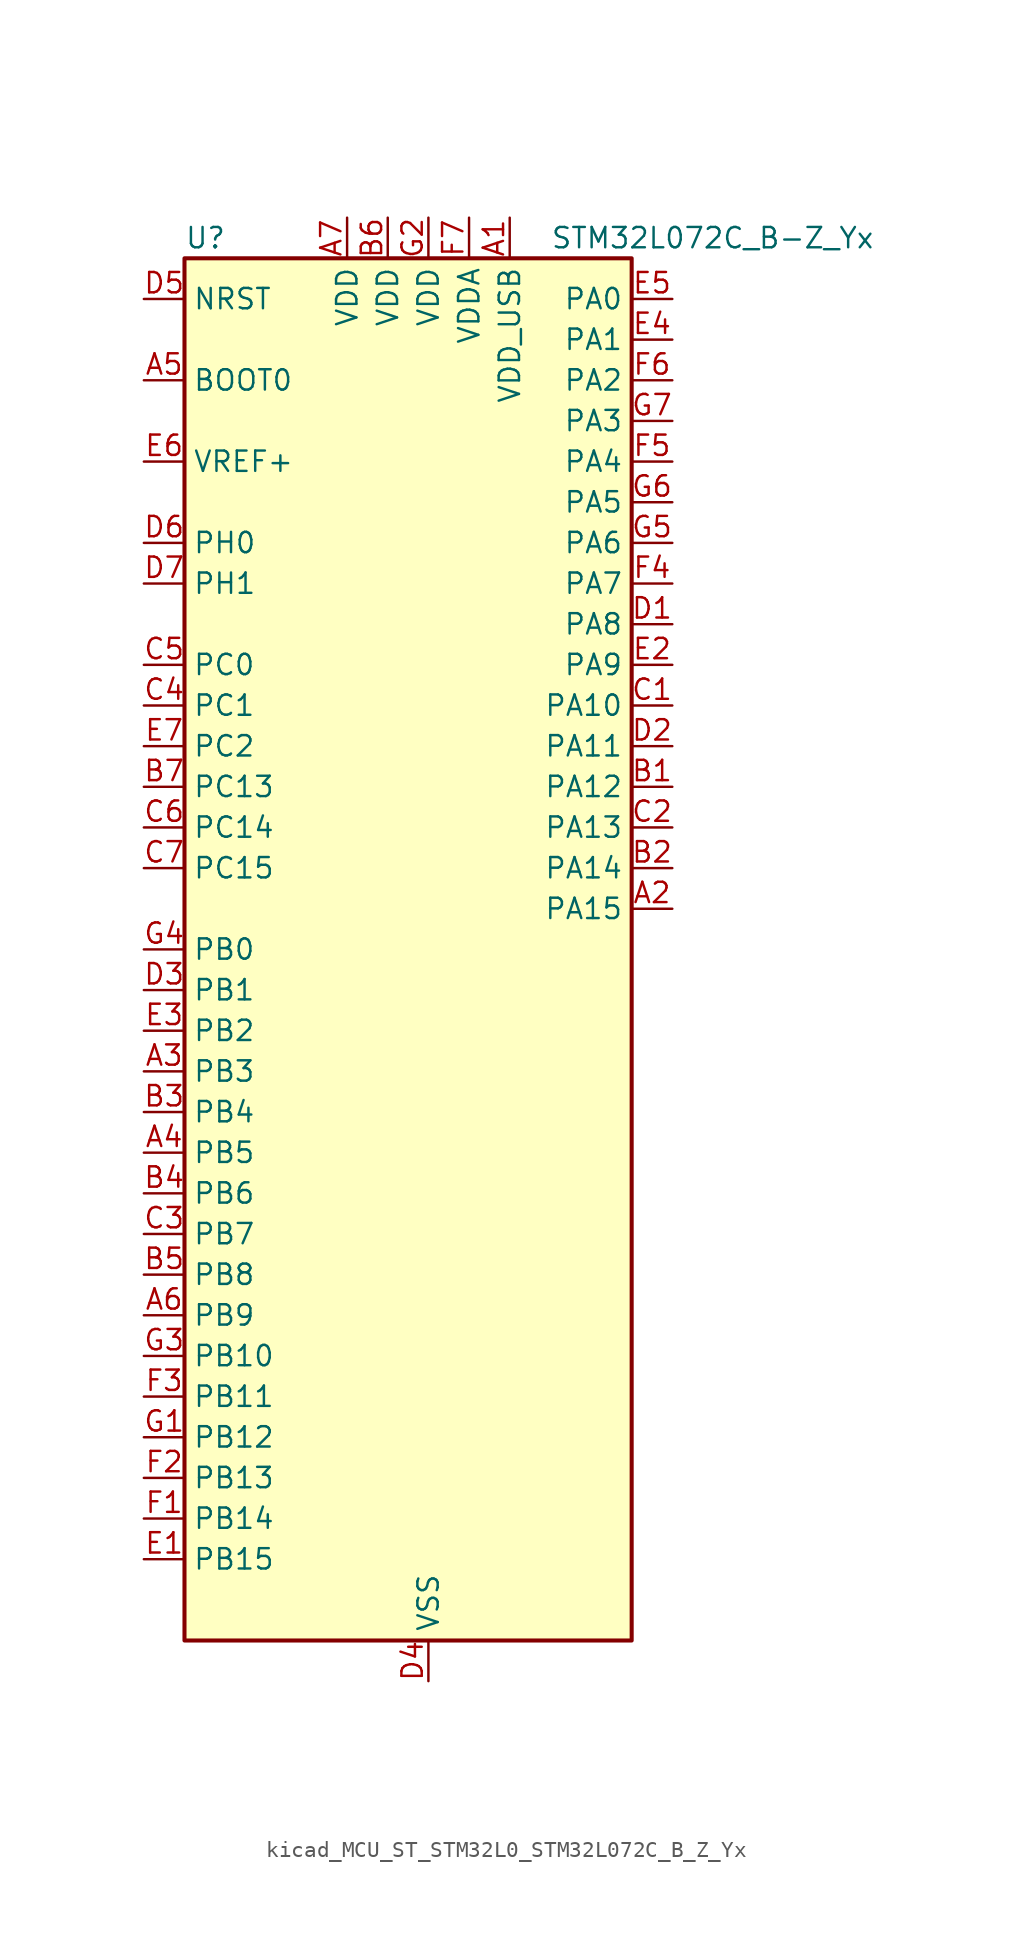
<source format=kicad_sym>
(kicad_symbol_lib
  (version 20220914)
  (generator kicad_symbol_editor)
  (symbol "kicad_MCU_ST_STM32L0_STM32L072C_B_Z_Yx"
    (property "Reference" "U"
      (at -12.7 44.45 0)
      (effects (font (size 1.27 1.27)) (justify left)))
    (property "Value" "STM32L072C_B-Z_Yx"
      (at 10.16 44.45 0)
      (effects (font (size 1.27 1.27)) (justify left)))
    (property "ki_locked" ""
      (at 0 0 0)
      (effects (font (size 1.27 1.27))))
    (symbol "kicad_MCU_ST_STM32L0_STM32L072C_B_Z_Yx_0_1"
      (rectangle (start -12.7 -43.18) (end 15.24 43.18) (stroke (width 0.254) (type default)) (fill (type background))))
    (symbol "kicad_MCU_ST_STM32L0_STM32L072C_B_Z_Yx_1_1"
      (pin power_in line (at 7.62 45.72 270) (length 2.54) (name "VDD_USB" (effects (font (size 1.27 1.27)))) (number "A1" (effects (font (size 1.27 1.27)))))
      (pin bidirectional line (at 17.78 2.54 180) (length 2.54) (name "PA15" (effects (font (size 1.27 1.27)))) (number "A2" (effects (font (size 1.27 1.27)))) (alternate "SPI1_NSS" bidirectional line) (alternate "TIM2_CH1" bidirectional line) (alternate "TIM2_ETR" bidirectional line) (alternate "USART2_RX" bidirectional line) (alternate "USART4_DE" bidirectional line) (alternate "USART4_RTS" bidirectional line))
      (pin bidirectional line (at -15.24 -7.62 0) (length 2.54) (name "PB3" (effects (font (size 1.27 1.27)))) (number "A3" (effects (font (size 1.27 1.27)))) (alternate "COMP2_INM" bidirectional line) (alternate "SPI1_SCK" bidirectional line) (alternate "TIM2_CH2" bidirectional line) (alternate "TSC_G5_IO1" bidirectional line) (alternate "USART1_DE" bidirectional line) (alternate "USART1_RTS" bidirectional line) (alternate "USART5_TX" bidirectional line))
      (pin bidirectional line (at -15.24 -12.7 0) (length 2.54) (name "PB5" (effects (font (size 1.27 1.27)))) (number "A4" (effects (font (size 1.27 1.27)))) (alternate "COMP2_INP" bidirectional line) (alternate "I2C1_SMBA" bidirectional line) (alternate "LPTIM1_IN1" bidirectional line) (alternate "SPI1_MOSI" bidirectional line) (alternate "TIM22_CH2" bidirectional line) (alternate "TIM3_CH2" bidirectional line) (alternate "USART1_CK" bidirectional line) (alternate "USART5_CK" bidirectional line) (alternate "USART5_DE" bidirectional line) (alternate "USART5_RTS" bidirectional line))
      (pin input line (at -15.24 35.56 0) (length 2.54) (name "BOOT0" (effects (font (size 1.27 1.27)))) (number "A5" (effects (font (size 1.27 1.27)))))
      (pin bidirectional line (at -15.24 -22.86 0) (length 2.54) (name "PB9" (effects (font (size 1.27 1.27)))) (number "A6" (effects (font (size 1.27 1.27)))) (alternate "DAC_EXTI9" bidirectional line) (alternate "I2C1_SDA" bidirectional line) (alternate "I2S2_WS" bidirectional line) (alternate "SPI2_NSS" bidirectional line))
      (pin power_in line (at -2.54 45.72 270) (length 2.54) (name "VDD" (effects (font (size 1.27 1.27)))) (number "A7" (effects (font (size 1.27 1.27)))))
      (pin bidirectional line (at 17.78 10.16 180) (length 2.54) (name "PA12" (effects (font (size 1.27 1.27)))) (number "B1" (effects (font (size 1.27 1.27)))) (alternate "COMP2_OUT" bidirectional line) (alternate "SPI1_MOSI" bidirectional line) (alternate "TSC_G4_IO4" bidirectional line) (alternate "USART1_DE" bidirectional line) (alternate "USART1_RTS" bidirectional line) (alternate "USB_DP" bidirectional line))
      (pin bidirectional line (at 17.78 5.08 180) (length 2.54) (name "PA14" (effects (font (size 1.27 1.27)))) (number "B2" (effects (font (size 1.27 1.27)))) (alternate "LPUART1_TX" bidirectional line) (alternate "SYS_SWCLK" bidirectional line) (alternate "USART2_TX" bidirectional line))
      (pin bidirectional line (at -15.24 -10.16 0) (length 2.54) (name "PB4" (effects (font (size 1.27 1.27)))) (number "B3" (effects (font (size 1.27 1.27)))) (alternate "COMP2_INP" bidirectional line) (alternate "I2C3_SDA" bidirectional line) (alternate "SPI1_MISO" bidirectional line) (alternate "TIM22_CH1" bidirectional line) (alternate "TIM3_CH1" bidirectional line) (alternate "TSC_G5_IO2" bidirectional line) (alternate "USART1_CTS" bidirectional line) (alternate "USART5_RX" bidirectional line))
      (pin bidirectional line (at -15.24 -15.24 0) (length 2.54) (name "PB6" (effects (font (size 1.27 1.27)))) (number "B4" (effects (font (size 1.27 1.27)))) (alternate "COMP2_INP" bidirectional line) (alternate "I2C1_SCL" bidirectional line) (alternate "LPTIM1_ETR" bidirectional line) (alternate "TSC_G5_IO3" bidirectional line) (alternate "USART1_TX" bidirectional line))
      (pin bidirectional line (at -15.24 -20.32 0) (length 2.54) (name "PB8" (effects (font (size 1.27 1.27)))) (number "B5" (effects (font (size 1.27 1.27)))) (alternate "I2C1_SCL" bidirectional line) (alternate "TSC_SYNC" bidirectional line))
      (pin power_in line (at 0 45.72 270) (length 2.54) (name "VDD" (effects (font (size 1.27 1.27)))) (number "B6" (effects (font (size 1.27 1.27)))))
      (pin bidirectional line (at -15.24 10.16 0) (length 2.54) (name "PC13" (effects (font (size 1.27 1.27)))) (number "B7" (effects (font (size 1.27 1.27)))) (alternate "RTC_OUT_ALARM" bidirectional line) (alternate "RTC_OUT_CALIB" bidirectional line) (alternate "RTC_TAMP1" bidirectional line) (alternate "RTC_TS" bidirectional line) (alternate "SYS_WKUP2" bidirectional line))
      (pin bidirectional line (at 17.78 15.24 180) (length 2.54) (name "PA10" (effects (font (size 1.27 1.27)))) (number "C1" (effects (font (size 1.27 1.27)))) (alternate "I2C1_SDA" bidirectional line) (alternate "TSC_G4_IO2" bidirectional line) (alternate "USART1_RX" bidirectional line))
      (pin bidirectional line (at 17.78 7.62 180) (length 2.54) (name "PA13" (effects (font (size 1.27 1.27)))) (number "C2" (effects (font (size 1.27 1.27)))) (alternate "LPUART1_RX" bidirectional line) (alternate "SYS_SWDIO" bidirectional line) (alternate "USB_NOE" bidirectional line))
      (pin bidirectional line (at -15.24 -17.78 0) (length 2.54) (name "PB7" (effects (font (size 1.27 1.27)))) (number "C3" (effects (font (size 1.27 1.27)))) (alternate "COMP2_INP" bidirectional line) (alternate "I2C1_SDA" bidirectional line) (alternate "LPTIM1_IN2" bidirectional line) (alternate "SYS_PVD_IN" bidirectional line) (alternate "TSC_G5_IO4" bidirectional line) (alternate "USART1_RX" bidirectional line) (alternate "USART4_CTS" bidirectional line))
      (pin bidirectional line (at -15.24 15.24 0) (length 2.54) (name "PC1" (effects (font (size 1.27 1.27)))) (number "C4" (effects (font (size 1.27 1.27)))) (alternate "ADC_IN11" bidirectional line) (alternate "I2C3_SDA" bidirectional line) (alternate "LPTIM1_OUT" bidirectional line) (alternate "LPUART1_TX" bidirectional line) (alternate "TSC_G7_IO2" bidirectional line))
      (pin bidirectional line (at -15.24 17.78 0) (length 2.54) (name "PC0" (effects (font (size 1.27 1.27)))) (number "C5" (effects (font (size 1.27 1.27)))) (alternate "ADC_IN10" bidirectional line) (alternate "I2C3_SCL" bidirectional line) (alternate "LPTIM1_IN1" bidirectional line) (alternate "LPUART1_RX" bidirectional line) (alternate "TSC_G7_IO1" bidirectional line))
      (pin bidirectional line (at -15.24 7.62 0) (length 2.54) (name "PC14" (effects (font (size 1.27 1.27)))) (number "C6" (effects (font (size 1.27 1.27)))) (alternate "RCC_OSC32_IN" bidirectional line))
      (pin bidirectional line (at -15.24 5.08 0) (length 2.54) (name "PC15" (effects (font (size 1.27 1.27)))) (number "C7" (effects (font (size 1.27 1.27)))) (alternate "RCC_OSC32_OUT" bidirectional line))
      (pin bidirectional line (at 17.78 20.32 180) (length 2.54) (name "PA8" (effects (font (size 1.27 1.27)))) (number "D1" (effects (font (size 1.27 1.27)))) (alternate "CRS_SYNC" bidirectional line) (alternate "I2C3_SCL" bidirectional line) (alternate "RCC_MCO" bidirectional line) (alternate "USART1_CK" bidirectional line))
      (pin bidirectional line (at 17.78 12.7 180) (length 2.54) (name "PA11" (effects (font (size 1.27 1.27)))) (number "D2" (effects (font (size 1.27 1.27)))) (alternate "ADC_EXTI11" bidirectional line) (alternate "COMP1_OUT" bidirectional line) (alternate "SPI1_MISO" bidirectional line) (alternate "TSC_G4_IO3" bidirectional line) (alternate "USART1_CTS" bidirectional line) (alternate "USB_DM" bidirectional line))
      (pin bidirectional line (at -15.24 -2.54 0) (length 2.54) (name "PB1" (effects (font (size 1.27 1.27)))) (number "D3" (effects (font (size 1.27 1.27)))) (alternate "ADC_IN9" bidirectional line) (alternate "LPUART1_DE" bidirectional line) (alternate "LPUART1_RTS" bidirectional line) (alternate "SYS_VREF_OUT_PB1" bidirectional line) (alternate "TIM3_CH4" bidirectional line) (alternate "TSC_G3_IO3" bidirectional line))
      (pin power_in line (at 2.54 -45.72 90) (length 2.54) (name "VSS" (effects (font (size 1.27 1.27)))) (number "D4" (effects (font (size 1.27 1.27)))))
      (pin input line (at -15.24 40.64 0) (length 2.54) (name "NRST" (effects (font (size 1.27 1.27)))) (number "D5" (effects (font (size 1.27 1.27)))))
      (pin bidirectional line (at -15.24 25.4 0) (length 2.54) (name "PH0" (effects (font (size 1.27 1.27)))) (number "D6" (effects (font (size 1.27 1.27)))) (alternate "CRS_SYNC" bidirectional line) (alternate "RCC_OSC_IN" bidirectional line))
      (pin bidirectional line (at -15.24 22.86 0) (length 2.54) (name "PH1" (effects (font (size 1.27 1.27)))) (number "D7" (effects (font (size 1.27 1.27)))) (alternate "RCC_OSC_OUT" bidirectional line))
      (pin bidirectional line (at -15.24 -38.1 0) (length 2.54) (name "PB15" (effects (font (size 1.27 1.27)))) (number "E1" (effects (font (size 1.27 1.27)))) (alternate "I2S2_SD" bidirectional line) (alternate "RTC_REFIN" bidirectional line) (alternate "SPI2_MOSI" bidirectional line))
      (pin bidirectional line (at 17.78 17.78 180) (length 2.54) (name "PA9" (effects (font (size 1.27 1.27)))) (number "E2" (effects (font (size 1.27 1.27)))) (alternate "DAC_EXTI9" bidirectional line) (alternate "I2C1_SCL" bidirectional line) (alternate "I2C3_SMBA" bidirectional line) (alternate "RCC_MCO" bidirectional line) (alternate "TSC_G4_IO1" bidirectional line) (alternate "USART1_TX" bidirectional line))
      (pin bidirectional line (at -15.24 -5.08 0) (length 2.54) (name "PB2" (effects (font (size 1.27 1.27)))) (number "E3" (effects (font (size 1.27 1.27)))) (alternate "I2C3_SMBA" bidirectional line) (alternate "LPTIM1_OUT" bidirectional line) (alternate "TSC_G3_IO4" bidirectional line))
      (pin bidirectional line (at 17.78 38.1 180) (length 2.54) (name "PA1" (effects (font (size 1.27 1.27)))) (number "E4" (effects (font (size 1.27 1.27)))) (alternate "ADC_IN1" bidirectional line) (alternate "COMP1_INP" bidirectional line) (alternate "TIM21_ETR" bidirectional line) (alternate "TIM2_CH2" bidirectional line) (alternate "TSC_G1_IO2" bidirectional line) (alternate "USART2_DE" bidirectional line) (alternate "USART2_RTS" bidirectional line) (alternate "USART4_RX" bidirectional line))
      (pin bidirectional line (at 17.78 40.64 180) (length 2.54) (name "PA0" (effects (font (size 1.27 1.27)))) (number "E5" (effects (font (size 1.27 1.27)))) (alternate "ADC_IN0" bidirectional line) (alternate "COMP1_INM" bidirectional line) (alternate "COMP1_OUT" bidirectional line) (alternate "RTC_TAMP2" bidirectional line) (alternate "SYS_WKUP1" bidirectional line) (alternate "TIM2_CH1" bidirectional line) (alternate "TIM2_ETR" bidirectional line) (alternate "TSC_G1_IO1" bidirectional line) (alternate "USART2_CTS" bidirectional line) (alternate "USART4_TX" bidirectional line))
      (pin input line (at -15.24 30.48 0) (length 2.54) (name "VREF+" (effects (font (size 1.27 1.27)))) (number "E6" (effects (font (size 1.27 1.27)))))
      (pin bidirectional line (at -15.24 12.7 0) (length 2.54) (name "PC2" (effects (font (size 1.27 1.27)))) (number "E7" (effects (font (size 1.27 1.27)))) (alternate "ADC_IN12" bidirectional line) (alternate "I2S2_MCK" bidirectional line) (alternate "LPTIM1_IN2" bidirectional line) (alternate "SPI2_MISO" bidirectional line) (alternate "TSC_G7_IO3" bidirectional line))
      (pin bidirectional line (at -15.24 -35.56 0) (length 2.54) (name "PB14" (effects (font (size 1.27 1.27)))) (number "F1" (effects (font (size 1.27 1.27)))) (alternate "I2C2_SDA" bidirectional line) (alternate "I2S2_MCK" bidirectional line) (alternate "LPUART1_DE" bidirectional line) (alternate "LPUART1_RTS" bidirectional line) (alternate "RTC_OUT_ALARM" bidirectional line) (alternate "RTC_OUT_CALIB" bidirectional line) (alternate "SPI2_MISO" bidirectional line) (alternate "TIM21_CH2" bidirectional line) (alternate "TSC_G6_IO4" bidirectional line))
      (pin bidirectional line (at -15.24 -33.02 0) (length 2.54) (name "PB13" (effects (font (size 1.27 1.27)))) (number "F2" (effects (font (size 1.27 1.27)))) (alternate "I2C2_SCL" bidirectional line) (alternate "I2S2_CK" bidirectional line) (alternate "LPUART1_CTS" bidirectional line) (alternate "RCC_MCO" bidirectional line) (alternate "SPI2_SCK" bidirectional line) (alternate "TIM21_CH1" bidirectional line) (alternate "TSC_G6_IO3" bidirectional line))
      (pin bidirectional line (at -15.24 -27.94 0) (length 2.54) (name "PB11" (effects (font (size 1.27 1.27)))) (number "F3" (effects (font (size 1.27 1.27)))) (alternate "ADC_EXTI11" bidirectional line) (alternate "I2C2_SDA" bidirectional line) (alternate "LPUART1_RX" bidirectional line) (alternate "LPUART1_TX" bidirectional line) (alternate "TIM2_CH4" bidirectional line) (alternate "TSC_G6_IO1" bidirectional line))
      (pin bidirectional line (at 17.78 22.86 180) (length 2.54) (name "PA7" (effects (font (size 1.27 1.27)))) (number "F4" (effects (font (size 1.27 1.27)))) (alternate "ADC_IN7" bidirectional line) (alternate "COMP2_OUT" bidirectional line) (alternate "SPI1_MOSI" bidirectional line) (alternate "TIM22_CH2" bidirectional line) (alternate "TIM3_CH2" bidirectional line) (alternate "TSC_G2_IO4" bidirectional line))
      (pin bidirectional line (at 17.78 30.48 180) (length 2.54) (name "PA4" (effects (font (size 1.27 1.27)))) (number "F5" (effects (font (size 1.27 1.27)))) (alternate "ADC_IN4" bidirectional line) (alternate "COMP1_INM" bidirectional line) (alternate "COMP2_INM" bidirectional line) (alternate "DAC_OUT1" bidirectional line) (alternate "SPI1_NSS" bidirectional line) (alternate "TIM22_ETR" bidirectional line) (alternate "TSC_G2_IO1" bidirectional line) (alternate "USART2_CK" bidirectional line))
      (pin bidirectional line (at 17.78 35.56 180) (length 2.54) (name "PA2" (effects (font (size 1.27 1.27)))) (number "F6" (effects (font (size 1.27 1.27)))) (alternate "ADC_IN2" bidirectional line) (alternate "COMP2_INM" bidirectional line) (alternate "COMP2_OUT" bidirectional line) (alternate "LPUART1_TX" bidirectional line) (alternate "TIM21_CH1" bidirectional line) (alternate "TIM2_CH3" bidirectional line) (alternate "TSC_G1_IO3" bidirectional line) (alternate "USART2_TX" bidirectional line))
      (pin power_in line (at 5.08 45.72 270) (length 2.54) (name "VDDA" (effects (font (size 1.27 1.27)))) (number "F7" (effects (font (size 1.27 1.27)))))
      (pin bidirectional line (at -15.24 -30.48 0) (length 2.54) (name "PB12" (effects (font (size 1.27 1.27)))) (number "G1" (effects (font (size 1.27 1.27)))) (alternate "I2S2_WS" bidirectional line) (alternate "LPUART1_DE" bidirectional line) (alternate "LPUART1_RTS" bidirectional line) (alternate "SPI2_NSS" bidirectional line) (alternate "TSC_G6_IO2" bidirectional line))
      (pin power_in line (at 2.54 45.72 270) (length 2.54) (name "VDD" (effects (font (size 1.27 1.27)))) (number "G2" (effects (font (size 1.27 1.27)))))
      (pin bidirectional line (at -15.24 -25.4 0) (length 2.54) (name "PB10" (effects (font (size 1.27 1.27)))) (number "G3" (effects (font (size 1.27 1.27)))) (alternate "I2C2_SCL" bidirectional line) (alternate "LPUART1_RX" bidirectional line) (alternate "LPUART1_TX" bidirectional line) (alternate "SPI2_SCK" bidirectional line) (alternate "TIM2_CH3" bidirectional line) (alternate "TSC_SYNC" bidirectional line))
      (pin bidirectional line (at -15.24 0 0) (length 2.54) (name "PB0" (effects (font (size 1.27 1.27)))) (number "G4" (effects (font (size 1.27 1.27)))) (alternate "ADC_IN8" bidirectional line) (alternate "SYS_VREF_OUT_PB0" bidirectional line) (alternate "TIM3_CH3" bidirectional line) (alternate "TSC_G3_IO2" bidirectional line))
      (pin bidirectional line (at 17.78 25.4 180) (length 2.54) (name "PA6" (effects (font (size 1.27 1.27)))) (number "G5" (effects (font (size 1.27 1.27)))) (alternate "ADC_IN6" bidirectional line) (alternate "COMP1_OUT" bidirectional line) (alternate "LPUART1_CTS" bidirectional line) (alternate "SPI1_MISO" bidirectional line) (alternate "TIM22_CH1" bidirectional line) (alternate "TIM3_CH1" bidirectional line) (alternate "TSC_G2_IO3" bidirectional line))
      (pin bidirectional line (at 17.78 27.94 180) (length 2.54) (name "PA5" (effects (font (size 1.27 1.27)))) (number "G6" (effects (font (size 1.27 1.27)))) (alternate "ADC_IN5" bidirectional line) (alternate "COMP1_INM" bidirectional line) (alternate "COMP2_INM" bidirectional line) (alternate "DAC_OUT2" bidirectional line) (alternate "SPI1_SCK" bidirectional line) (alternate "TIM2_CH1" bidirectional line) (alternate "TIM2_ETR" bidirectional line) (alternate "TSC_G2_IO2" bidirectional line))
      (pin bidirectional line (at 17.78 33.02 180) (length 2.54) (name "PA3" (effects (font (size 1.27 1.27)))) (number "G7" (effects (font (size 1.27 1.27)))) (alternate "ADC_IN3" bidirectional line) (alternate "COMP2_INP" bidirectional line) (alternate "LPUART1_RX" bidirectional line) (alternate "TIM21_CH2" bidirectional line) (alternate "TIM2_CH4" bidirectional line) (alternate "TSC_G1_IO4" bidirectional line) (alternate "USART2_RX" bidirectional line)))))
</source>
